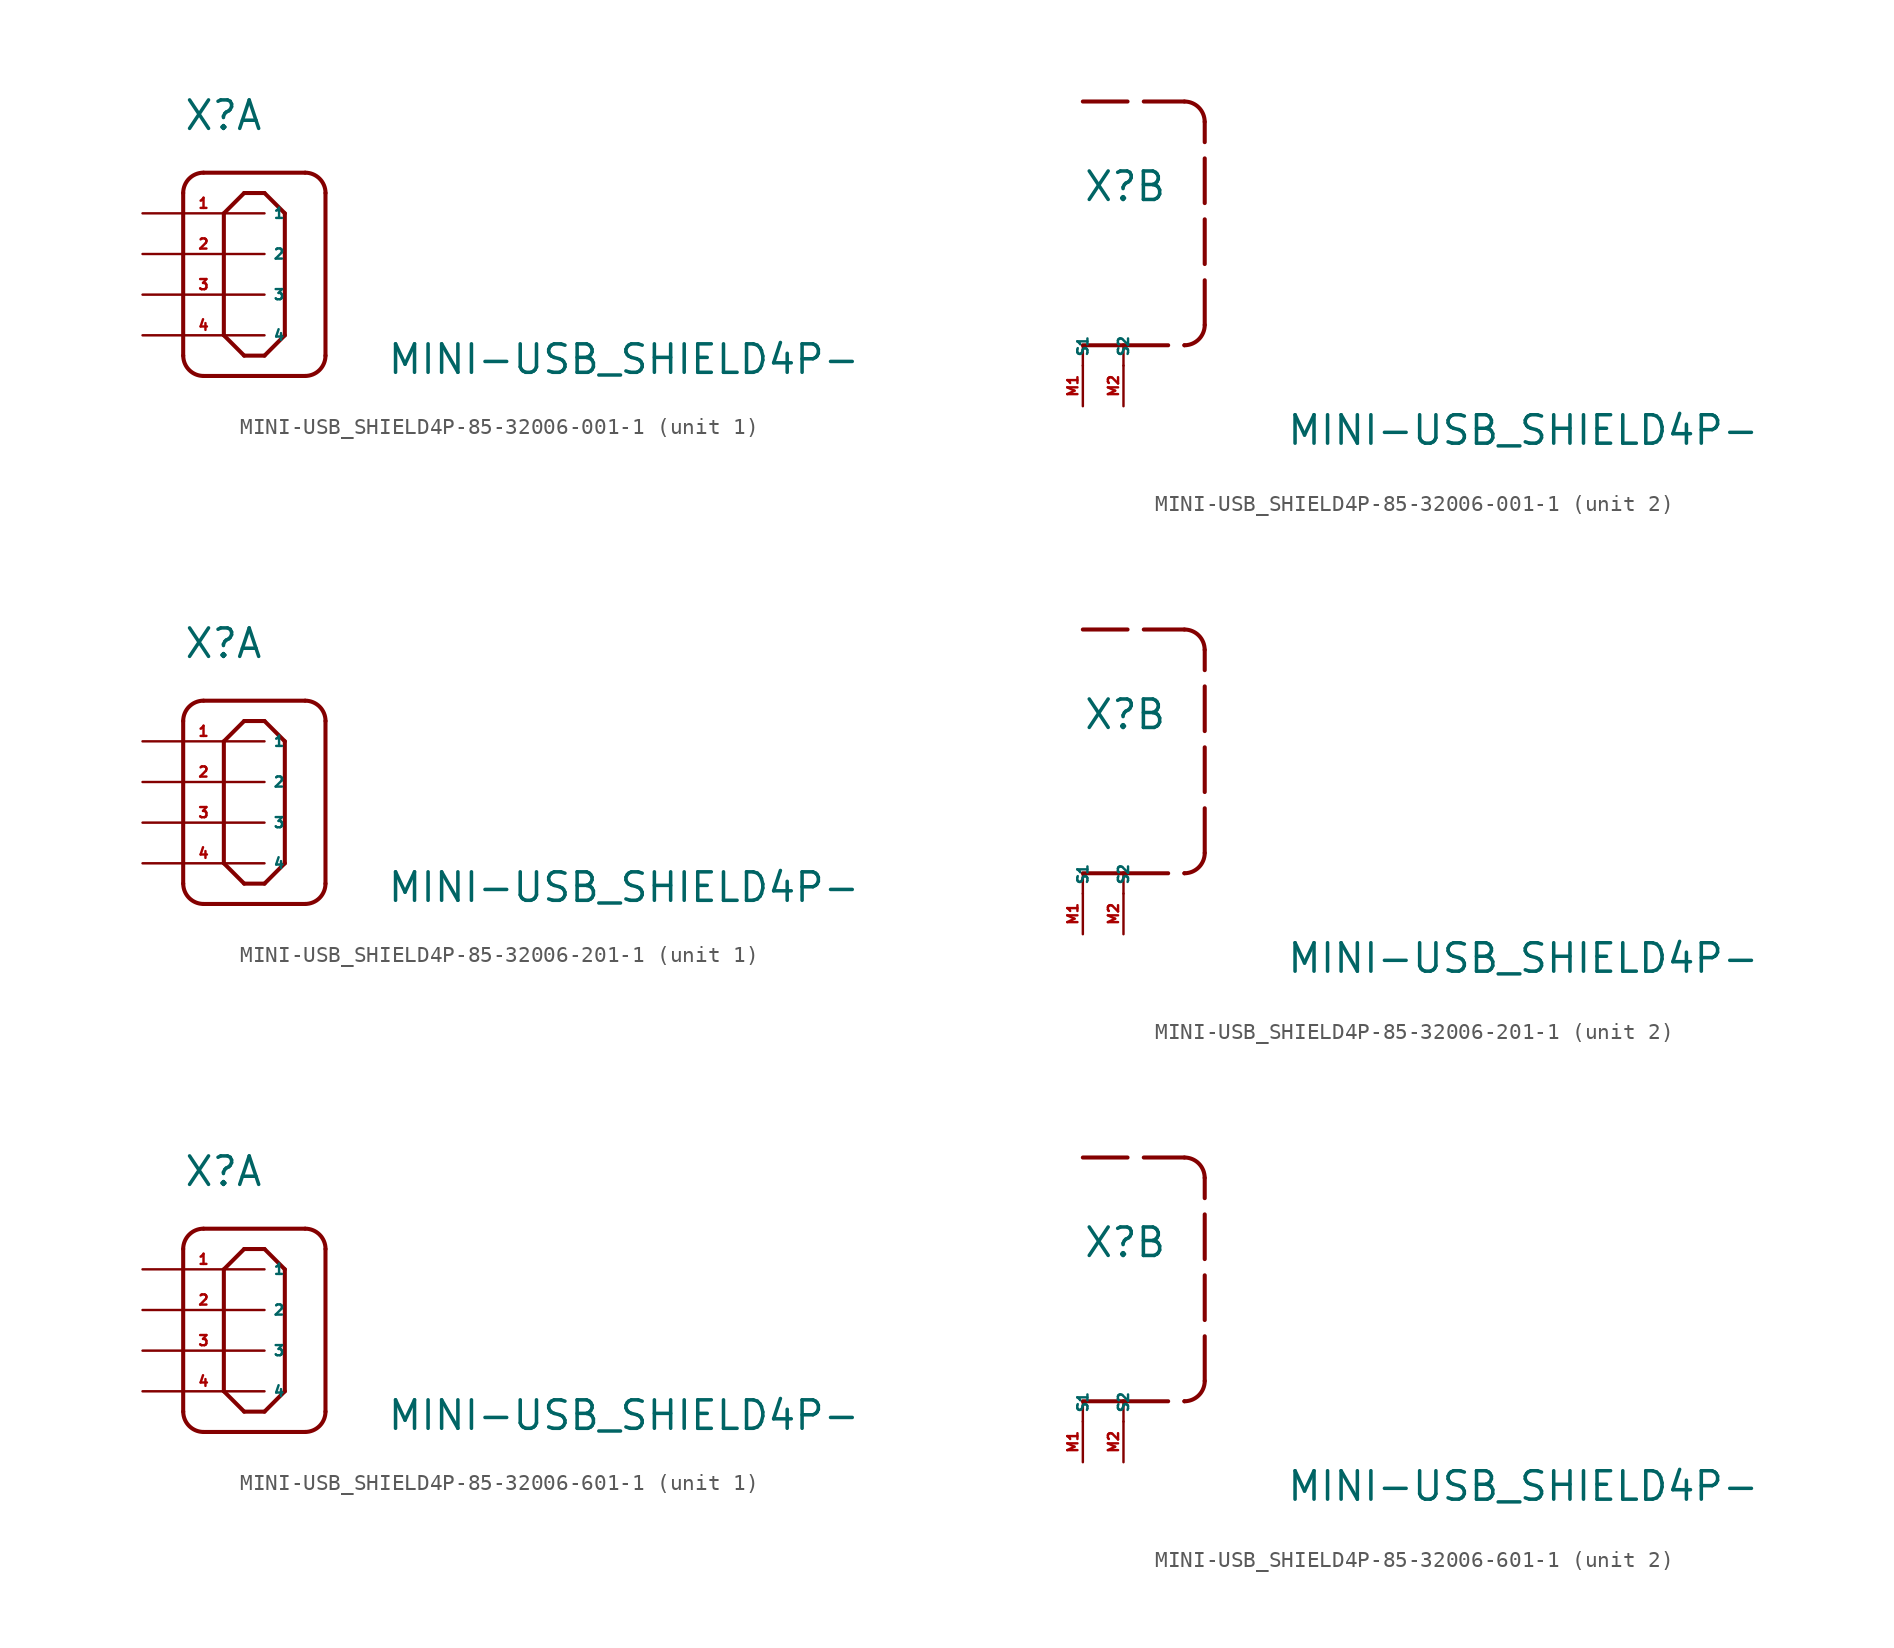
<source format=kicad_sym>
(kicad_symbol_lib
  (version 20220914)
  (generator Eagle2Kicad)
  (symbol "MINI-USB_SHIELD4P-85-32006-001-1"
    (property "Reference" "X"
      (at -2.54 10.16 0)
      (effects (font (size 1.778 1.778) (thickness 0.22)) (justify left bottom)))
    (property "Value" "MINI-USB_SHIELD4P-"
      (at 10.16 -5.08 0)
      (effects (font (size 1.778 1.778) (thickness 0.22)) (justify left bottom)))
    (symbol "MINI-USB_SHIELD4P-85-32006-001-1_1_0"
      (polyline (pts (xy -2.54 6.35) (xy -2.54 -3.81)) (stroke (width 0.254) (type default)) (fill (type none)))
      (arc (start -2.54 -3.81) (mid -2.168 -4.708) (end -1.27 -5.08) (stroke (width 0.254) (type default)) (fill (type none)))
      (polyline (pts (xy -1.27 -5.08) (xy 5.08 -5.08)) (stroke (width 0.254) (type default)) (fill (type none)))
      (arc (start 5.08 -5.08) (mid 5.978 -4.708) (end 6.35 -3.81) (stroke (width 0.254) (type default)) (fill (type none)))
      (polyline (pts (xy 6.35 -3.81) (xy 6.35 6.35)) (stroke (width 0.254) (type default)) (fill (type none)))
      (arc (start -1.27 7.62) (mid -2.168 7.248) (end -2.54 6.35) (stroke (width 0.254) (type default)) (fill (type none)))
      (polyline (pts (xy -1.27 7.62) (xy 5.08 7.62)) (stroke (width 0.254) (type default)) (fill (type none)))
      (arc (start 6.35 6.35) (mid 5.978 7.248) (end 5.08 7.62) (stroke (width 0.254) (type default)) (fill (type none)))
      (polyline (pts (xy 0 5.08) (xy 0 -2.54)) (stroke (width 0.254) (type default)) (fill (type none)))
      (polyline (pts (xy 0 -2.54) (xy 1.27 -3.81)) (stroke (width 0.254) (type default)) (fill (type none)))
      (polyline (pts (xy 1.27 -3.81) (xy 2.54 -3.81)) (stroke (width 0.254) (type default)) (fill (type none)))
      (polyline (pts (xy 3.81 -2.54) (xy 3.81 5.08)) (stroke (width 0.254) (type default)) (fill (type none)))
      (polyline (pts (xy 2.54 6.35) (xy 1.27 6.35)) (stroke (width 0.254) (type default)) (fill (type none)))
      (polyline (pts (xy 1.27 6.35) (xy 0 5.08)) (stroke (width 0.254) (type default)) (fill (type none)))
      (polyline (pts (xy 2.54 6.35) (xy 3.81 5.08)) (stroke (width 0.254) (type default)) (fill (type none)))
      (polyline (pts (xy 2.54 -3.81) (xy 3.81 -2.54)) (stroke (width 0.254) (type default)) (fill (type none)))
      (pin passive line (at -5.08 5.08 0) (length 7.62) (name "1" (effects (font (size 0.635 0.635) (thickness 0.08)) (justify left bottom))) (number "1" (effects (font (size 0.635 0.635) (thickness 0.08)) (justify left bottom))))
      (pin passive line (at -5.08 2.54 0) (length 7.62) (name "2" (effects (font (size 0.635 0.635) (thickness 0.08)) (justify left bottom))) (number "2" (effects (font (size 0.635 0.635) (thickness 0.08)) (justify left bottom))))
      (pin passive line (at -5.08 0 0) (length 7.62) (name "3" (effects (font (size 0.635 0.635) (thickness 0.08)) (justify left bottom))) (number "3" (effects (font (size 0.635 0.635) (thickness 0.08)) (justify left bottom))))
      (pin passive line (at -5.08 -2.54 0) (length 7.62) (name "4" (effects (font (size 0.635 0.635) (thickness 0.08)) (justify left bottom))) (number "4" (effects (font (size 0.635 0.635) (thickness 0.08)) (justify left bottom)))))
    (symbol "MINI-USB_SHIELD4P-85-32006-001-1_2_0"
      (polyline (pts (xy -2.54 1.27) (xy 0 1.27)) (stroke (width 0.254) (type dash)) (fill (type none)))
      (polyline (pts (xy 0 1.27) (xy 3.81 1.27)) (stroke (width 0.254) (type dash)) (fill (type none)))
      (arc (start 3.81 1.27) (mid 4.708 1.642) (end 5.08 2.54) (stroke (width 0.254) (type dash)) (fill (type none)))
      (polyline (pts (xy 5.08 2.54) (xy 5.08 15.24)) (stroke (width 0.254) (type dash)) (fill (type none)))
      (polyline (pts (xy -2.54 16.51) (xy 3.81 16.51)) (stroke (width 0.254) (type dash)) (fill (type none)))
      (arc (start 5.08 15.24) (mid 4.708 16.138) (end 3.81 16.51) (stroke (width 0.254) (type dash)) (fill (type none)))
      (polyline (pts (xy -2.54 0) (xy -2.54 1.27)) (stroke (width 0.152) (type default)) (fill (type none)))
      (polyline (pts (xy 0 0) (xy 0 1.27)) (stroke (width 0.152) (type default)) (fill (type none)))
      (pin passive line (at -2.54 -2.54 90) (length 2.54) (name "S1" (effects (font (size 0.635 0.635) (thickness 0.08)) (justify left bottom))) (number "M1" (effects (font (size 0.635 0.635) (thickness 0.08)) (justify left bottom))))
      (pin passive line (at 0 -2.54 90) (length 2.54) (name "S2" (effects (font (size 0.635 0.635) (thickness 0.08)) (justify left bottom))) (number "M2" (effects (font (size 0.635 0.635) (thickness 0.08)) (justify left bottom))))))
  (symbol "MINI-USB_SHIELD4P-85-32006-201-1"
    (property "Reference" "X"
      (at -2.54 10.16 0)
      (effects (font (size 1.778 1.778) (thickness 0.22)) (justify left bottom)))
    (property "Value" "MINI-USB_SHIELD4P-"
      (at 10.16 -5.08 0)
      (effects (font (size 1.778 1.778) (thickness 0.22)) (justify left bottom)))
    (symbol "MINI-USB_SHIELD4P-85-32006-201-1_1_0"
      (polyline (pts (xy -2.54 6.35) (xy -2.54 -3.81)) (stroke (width 0.254) (type default)) (fill (type none)))
      (arc (start -2.54 -3.81) (mid -2.168 -4.708) (end -1.27 -5.08) (stroke (width 0.254) (type default)) (fill (type none)))
      (polyline (pts (xy -1.27 -5.08) (xy 5.08 -5.08)) (stroke (width 0.254) (type default)) (fill (type none)))
      (arc (start 5.08 -5.08) (mid 5.978 -4.708) (end 6.35 -3.81) (stroke (width 0.254) (type default)) (fill (type none)))
      (polyline (pts (xy 6.35 -3.81) (xy 6.35 6.35)) (stroke (width 0.254) (type default)) (fill (type none)))
      (arc (start -1.27 7.62) (mid -2.168 7.248) (end -2.54 6.35) (stroke (width 0.254) (type default)) (fill (type none)))
      (polyline (pts (xy -1.27 7.62) (xy 5.08 7.62)) (stroke (width 0.254) (type default)) (fill (type none)))
      (arc (start 6.35 6.35) (mid 5.978 7.248) (end 5.08 7.62) (stroke (width 0.254) (type default)) (fill (type none)))
      (polyline (pts (xy 0 5.08) (xy 0 -2.54)) (stroke (width 0.254) (type default)) (fill (type none)))
      (polyline (pts (xy 0 -2.54) (xy 1.27 -3.81)) (stroke (width 0.254) (type default)) (fill (type none)))
      (polyline (pts (xy 1.27 -3.81) (xy 2.54 -3.81)) (stroke (width 0.254) (type default)) (fill (type none)))
      (polyline (pts (xy 3.81 -2.54) (xy 3.81 5.08)) (stroke (width 0.254) (type default)) (fill (type none)))
      (polyline (pts (xy 2.54 6.35) (xy 1.27 6.35)) (stroke (width 0.254) (type default)) (fill (type none)))
      (polyline (pts (xy 1.27 6.35) (xy 0 5.08)) (stroke (width 0.254) (type default)) (fill (type none)))
      (polyline (pts (xy 2.54 6.35) (xy 3.81 5.08)) (stroke (width 0.254) (type default)) (fill (type none)))
      (polyline (pts (xy 2.54 -3.81) (xy 3.81 -2.54)) (stroke (width 0.254) (type default)) (fill (type none)))
      (pin passive line (at -5.08 5.08 0) (length 7.62) (name "1" (effects (font (size 0.635 0.635) (thickness 0.08)) (justify left bottom))) (number "1" (effects (font (size 0.635 0.635) (thickness 0.08)) (justify left bottom))))
      (pin passive line (at -5.08 2.54 0) (length 7.62) (name "2" (effects (font (size 0.635 0.635) (thickness 0.08)) (justify left bottom))) (number "2" (effects (font (size 0.635 0.635) (thickness 0.08)) (justify left bottom))))
      (pin passive line (at -5.08 0 0) (length 7.62) (name "3" (effects (font (size 0.635 0.635) (thickness 0.08)) (justify left bottom))) (number "3" (effects (font (size 0.635 0.635) (thickness 0.08)) (justify left bottom))))
      (pin passive line (at -5.08 -2.54 0) (length 7.62) (name "4" (effects (font (size 0.635 0.635) (thickness 0.08)) (justify left bottom))) (number "4" (effects (font (size 0.635 0.635) (thickness 0.08)) (justify left bottom)))))
    (symbol "MINI-USB_SHIELD4P-85-32006-201-1_2_0"
      (polyline (pts (xy -2.54 1.27) (xy 0 1.27)) (stroke (width 0.254) (type dash)) (fill (type none)))
      (polyline (pts (xy 0 1.27) (xy 3.81 1.27)) (stroke (width 0.254) (type dash)) (fill (type none)))
      (arc (start 3.81 1.27) (mid 4.708 1.642) (end 5.08 2.54) (stroke (width 0.254) (type dash)) (fill (type none)))
      (polyline (pts (xy 5.08 2.54) (xy 5.08 15.24)) (stroke (width 0.254) (type dash)) (fill (type none)))
      (polyline (pts (xy -2.54 16.51) (xy 3.81 16.51)) (stroke (width 0.254) (type dash)) (fill (type none)))
      (arc (start 5.08 15.24) (mid 4.708 16.138) (end 3.81 16.51) (stroke (width 0.254) (type dash)) (fill (type none)))
      (polyline (pts (xy -2.54 0) (xy -2.54 1.27)) (stroke (width 0.152) (type default)) (fill (type none)))
      (polyline (pts (xy 0 0) (xy 0 1.27)) (stroke (width 0.152) (type default)) (fill (type none)))
      (pin passive line (at -2.54 -2.54 90) (length 2.54) (name "S1" (effects (font (size 0.635 0.635) (thickness 0.08)) (justify left bottom))) (number "M1" (effects (font (size 0.635 0.635) (thickness 0.08)) (justify left bottom))))
      (pin passive line (at 0 -2.54 90) (length 2.54) (name "S2" (effects (font (size 0.635 0.635) (thickness 0.08)) (justify left bottom))) (number "M2" (effects (font (size 0.635 0.635) (thickness 0.08)) (justify left bottom))))))
  (symbol "MINI-USB_SHIELD4P-85-32006-601-1"
    (property "Reference" "X"
      (at -2.54 10.16 0)
      (effects (font (size 1.778 1.778) (thickness 0.22)) (justify left bottom)))
    (property "Value" "MINI-USB_SHIELD4P-"
      (at 10.16 -5.08 0)
      (effects (font (size 1.778 1.778) (thickness 0.22)) (justify left bottom)))
    (symbol "MINI-USB_SHIELD4P-85-32006-601-1_1_0"
      (polyline (pts (xy -2.54 6.35) (xy -2.54 -3.81)) (stroke (width 0.254) (type default)) (fill (type none)))
      (arc (start -2.54 -3.81) (mid -2.168 -4.708) (end -1.27 -5.08) (stroke (width 0.254) (type default)) (fill (type none)))
      (polyline (pts (xy -1.27 -5.08) (xy 5.08 -5.08)) (stroke (width 0.254) (type default)) (fill (type none)))
      (arc (start 5.08 -5.08) (mid 5.978 -4.708) (end 6.35 -3.81) (stroke (width 0.254) (type default)) (fill (type none)))
      (polyline (pts (xy 6.35 -3.81) (xy 6.35 6.35)) (stroke (width 0.254) (type default)) (fill (type none)))
      (arc (start -1.27 7.62) (mid -2.168 7.248) (end -2.54 6.35) (stroke (width 0.254) (type default)) (fill (type none)))
      (polyline (pts (xy -1.27 7.62) (xy 5.08 7.62)) (stroke (width 0.254) (type default)) (fill (type none)))
      (arc (start 6.35 6.35) (mid 5.978 7.248) (end 5.08 7.62) (stroke (width 0.254) (type default)) (fill (type none)))
      (polyline (pts (xy 0 5.08) (xy 0 -2.54)) (stroke (width 0.254) (type default)) (fill (type none)))
      (polyline (pts (xy 0 -2.54) (xy 1.27 -3.81)) (stroke (width 0.254) (type default)) (fill (type none)))
      (polyline (pts (xy 1.27 -3.81) (xy 2.54 -3.81)) (stroke (width 0.254) (type default)) (fill (type none)))
      (polyline (pts (xy 3.81 -2.54) (xy 3.81 5.08)) (stroke (width 0.254) (type default)) (fill (type none)))
      (polyline (pts (xy 2.54 6.35) (xy 1.27 6.35)) (stroke (width 0.254) (type default)) (fill (type none)))
      (polyline (pts (xy 1.27 6.35) (xy 0 5.08)) (stroke (width 0.254) (type default)) (fill (type none)))
      (polyline (pts (xy 2.54 6.35) (xy 3.81 5.08)) (stroke (width 0.254) (type default)) (fill (type none)))
      (polyline (pts (xy 2.54 -3.81) (xy 3.81 -2.54)) (stroke (width 0.254) (type default)) (fill (type none)))
      (pin passive line (at -5.08 5.08 0) (length 7.62) (name "1" (effects (font (size 0.635 0.635) (thickness 0.08)) (justify left bottom))) (number "1" (effects (font (size 0.635 0.635) (thickness 0.08)) (justify left bottom))))
      (pin passive line (at -5.08 2.54 0) (length 7.62) (name "2" (effects (font (size 0.635 0.635) (thickness 0.08)) (justify left bottom))) (number "2" (effects (font (size 0.635 0.635) (thickness 0.08)) (justify left bottom))))
      (pin passive line (at -5.08 0 0) (length 7.62) (name "3" (effects (font (size 0.635 0.635) (thickness 0.08)) (justify left bottom))) (number "3" (effects (font (size 0.635 0.635) (thickness 0.08)) (justify left bottom))))
      (pin passive line (at -5.08 -2.54 0) (length 7.62) (name "4" (effects (font (size 0.635 0.635) (thickness 0.08)) (justify left bottom))) (number "4" (effects (font (size 0.635 0.635) (thickness 0.08)) (justify left bottom)))))
    (symbol "MINI-USB_SHIELD4P-85-32006-601-1_2_0"
      (polyline (pts (xy -2.54 1.27) (xy 0 1.27)) (stroke (width 0.254) (type dash)) (fill (type none)))
      (polyline (pts (xy 0 1.27) (xy 3.81 1.27)) (stroke (width 0.254) (type dash)) (fill (type none)))
      (arc (start 3.81 1.27) (mid 4.708 1.642) (end 5.08 2.54) (stroke (width 0.254) (type dash)) (fill (type none)))
      (polyline (pts (xy 5.08 2.54) (xy 5.08 15.24)) (stroke (width 0.254) (type dash)) (fill (type none)))
      (polyline (pts (xy -2.54 16.51) (xy 3.81 16.51)) (stroke (width 0.254) (type dash)) (fill (type none)))
      (arc (start 5.08 15.24) (mid 4.708 16.138) (end 3.81 16.51) (stroke (width 0.254) (type dash)) (fill (type none)))
      (polyline (pts (xy -2.54 0) (xy -2.54 1.27)) (stroke (width 0.152) (type default)) (fill (type none)))
      (polyline (pts (xy 0 0) (xy 0 1.27)) (stroke (width 0.152) (type default)) (fill (type none)))
      (pin passive line (at -2.54 -2.54 90) (length 2.54) (name "S1" (effects (font (size 0.635 0.635) (thickness 0.08)) (justify left bottom))) (number "M1" (effects (font (size 0.635 0.635) (thickness 0.08)) (justify left bottom))))
      (pin passive line (at 0 -2.54 90) (length 2.54) (name "S2" (effects (font (size 0.635 0.635) (thickness 0.08)) (justify left bottom))) (number "M2" (effects (font (size 0.635 0.635) (thickness 0.08)) (justify left bottom)))))))
</source>
